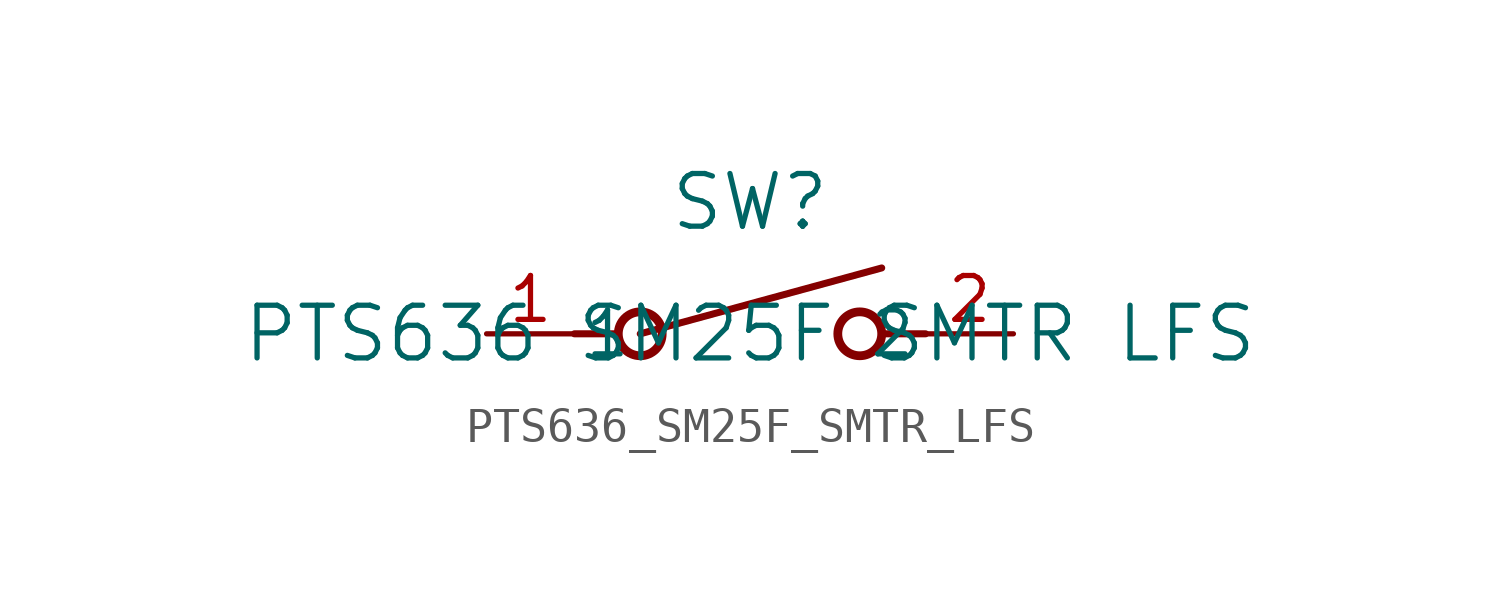
<source format=kicad_sym>
(kicad_symbol_lib
  (version 20211014)
  (generator kicad_symbol_editor)
  (symbol "PTS636_SM25F_SMTR_LFS"
    (pin_names
      (offset 0.254))
    (property "Reference" "SW"
      (at 0 3.81 0)
      (effects (font (size 1.524 1.524))))
    (property "Value" "PTS636 SM25F SMTR LFS"
      (at 0 0 0)
      (effects (font (size 1.524 1.524))))
    (symbol "PTS636_SM25F_SMTR_LFS_0_1"
      (polyline (pts (xy -5.08 0) (xy -3.81 0)) (stroke (width 0.203) (type default) (color 0 0 0 0)) (fill (type none)))
      (circle (center 3.175 0) (radius 0.635) (stroke (width 0.254) (type default) (color 0 0 0 0)) (fill (type none)))
      (circle (center -3.175 0) (radius 0.635) (stroke (width 0.254) (type default) (color 0 0 0 0)) (fill (type none)))
      (polyline (pts (xy 5.08 0) (xy 3.81 0)) (stroke (width 0.203) (type default) (color 0 0 0 0)) (fill (type none)))
      (polyline (pts (xy -3.175 0) (xy 3.81 1.905)) (stroke (width 0.203) (type default) (color 0 0 0 0)) (fill (type none)))
      (pin unspecified line (at -7.62 0 0) (length 2.54) (name "1" (effects (font (size 1.27 1.27)))) (number "1" (effects (font (size 1.27 1.27)))))
      (pin unspecified line (at 7.62 0 180) (length 2.54) (name "2" (effects (font (size 1.27 1.27)))) (number "2" (effects (font (size 1.27 1.27))))))))
</source>
